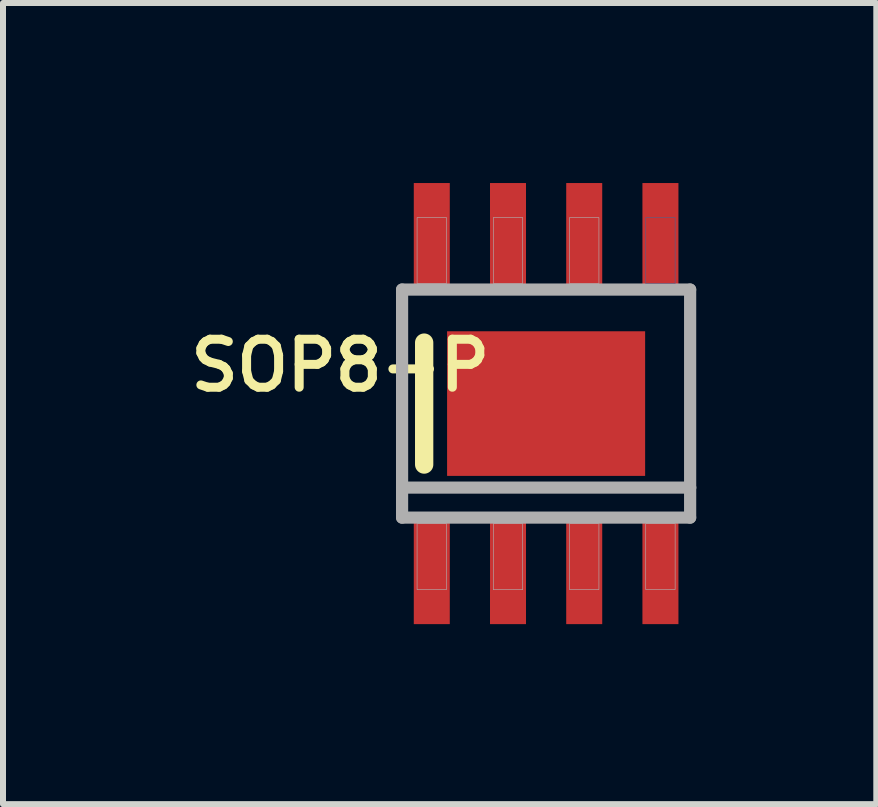
<source format=kicad_pcb>
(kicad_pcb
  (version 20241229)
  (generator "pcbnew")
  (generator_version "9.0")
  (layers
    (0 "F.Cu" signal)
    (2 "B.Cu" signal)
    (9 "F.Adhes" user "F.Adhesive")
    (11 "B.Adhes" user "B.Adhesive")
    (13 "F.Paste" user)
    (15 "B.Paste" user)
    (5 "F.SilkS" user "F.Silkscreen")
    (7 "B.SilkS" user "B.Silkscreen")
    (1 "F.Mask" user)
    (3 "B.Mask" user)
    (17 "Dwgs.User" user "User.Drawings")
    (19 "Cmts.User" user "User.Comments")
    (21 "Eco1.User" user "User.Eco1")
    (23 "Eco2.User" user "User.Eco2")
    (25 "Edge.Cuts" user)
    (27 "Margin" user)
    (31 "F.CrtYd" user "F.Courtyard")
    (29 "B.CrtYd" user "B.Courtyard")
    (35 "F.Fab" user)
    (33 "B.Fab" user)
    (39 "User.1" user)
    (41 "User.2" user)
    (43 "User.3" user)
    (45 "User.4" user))
  (footprint "SOP8-P"
    (layer "F.Cu")
    (at 6.05 3.675)
    (property "Reference" "SOP8-P" (at -3.429 -0.635 180) (layer "F.SilkS") (effects (font (size 0.8 0.8) (thickness 0.15))))
    (attr smd)
    (fp_line (start -2.032 1.016) (end -2.032 -1.016) (stroke (width 0.305) (type solid)) (layer "F.SilkS"))
    (fp_poly (pts (xy -0.3 -0.3) (xy 0.3 -0.3) (xy 0.3 0.3) (xy -0.3 0.3)) (stroke (width 0.01) (type solid)) (fill yes) (layer "F.Paste"))
    (fp_poly (pts (xy 2.15 -2) (xy 1.66 -2) (xy 1.66 -3.1) (xy 2.15 -3.1)) (stroke (width 0.01) (type solid)) (fill no) (layer "B.Fab"))
    (fp_line (start -2.4 -1.9) (end 2.4 -1.9) (stroke (width 0.203) (type solid)) (layer "F.Fab"))
    (fp_line (start -2.4 1.4) (end -2.4 -1.9) (stroke (width 0.203) (type solid)) (layer "F.Fab"))
    (fp_line (start -2.4 1.9) (end -2.4 1.4) (stroke (width 0.203) (type solid)) (layer "F.Fab"))
    (fp_line (start 2.4 -1.9) (end 2.4 1.4) (stroke (width 0.203) (type solid)) (layer "F.Fab"))
    (fp_line (start 2.4 1.4) (end -2.4 1.4) (stroke (width 0.203) (type solid)) (layer "F.Fab"))
    (fp_line (start 2.4 1.4) (end 2.4 1.9) (stroke (width 0.203) (type solid)) (layer "F.Fab"))
    (fp_line (start 2.4 1.9) (end -2.4 1.9) (stroke (width 0.203) (type solid)) (layer "F.Fab"))
    (fp_poly (pts (xy -2.15 -3.1) (xy -1.66 -3.1) (xy -1.66 -2) (xy -2.15 -2)) (stroke (width 0.01) (type solid)) (fill no) (layer "F.Fab"))
    (fp_poly (pts (xy -2.15 2) (xy -1.66 2) (xy -1.66 3.1) (xy -2.15 3.1)) (stroke (width 0.01) (type solid)) (fill no) (layer "F.Fab"))
    (fp_poly (pts (xy -0.88 -3.1) (xy -0.39 -3.1) (xy -0.39 -2) (xy -0.88 -2)) (stroke (width 0.01) (type solid)) (fill no) (layer "F.Fab"))
    (fp_poly (pts (xy -0.88 2) (xy -0.39 2) (xy -0.39 3.1) (xy -0.88 3.1)) (stroke (width 0.01) (type solid)) (fill no) (layer "F.Fab"))
    (fp_poly (pts (xy 0.39 -3.1) (xy 0.88 -3.1) (xy 0.88 -2) (xy 0.39 -2)) (stroke (width 0.01) (type solid)) (fill no) (layer "F.Fab"))
    (fp_poly (pts (xy 0.39 2) (xy 0.88 2) (xy 0.88 3.1) (xy 0.39 3.1)) (stroke (width 0.01) (type solid)) (fill no) (layer "F.Fab"))
    (fp_poly (pts (xy 1.66 2) (xy 2.15 2) (xy 2.15 3.1) (xy 1.66 3.1)) (stroke (width 0.01) (type solid)) (fill no) (layer "F.Fab"))
    (pad "1" smd rect (at -1.905 2.8) (size 0.6 1.75) (layers "F.Cu" "F.Mask" "F.Paste"))
    (pad "2" smd rect (at -0.635 2.8) (size 0.6 1.75) (layers "F.Cu" "F.Mask" "F.Paste"))
    (pad "3" smd rect (at 0.635 2.8) (size 0.6 1.75) (layers "F.Cu" "F.Mask" "F.Paste"))
    (pad "4" smd rect (at 1.905 2.8) (size 0.6 1.75) (layers "F.Cu" "F.Mask" "F.Paste"))
    (pad "5" smd rect (at 1.905 -2.8) (size 0.6 1.75) (layers "F.Cu" "F.Mask" "F.Paste"))
    (pad "6" smd rect (at 0.635 -2.8) (size 0.6 1.75) (layers "F.Cu" "F.Mask" "F.Paste"))
    (pad "7" smd rect (at -0.635 -2.8) (size 0.6 1.75) (layers "F.Cu" "F.Mask" "F.Paste"))
    (pad "8" smd rect (at -1.905 -2.8) (size 0.6 1.75) (layers "F.Cu" "F.Mask" "F.Paste"))
    (pad "EXP" smd rect (at 0 0) (size 3.3 2.41) (layers "F.Cu" "F.Mask")))
  (gr_rect
    (start -3 -3)
    (end 11.552 10.35)
    (stroke (width 0.1) (type default))
    (fill no)
    (layer "Edge.Cuts")))
</source>
